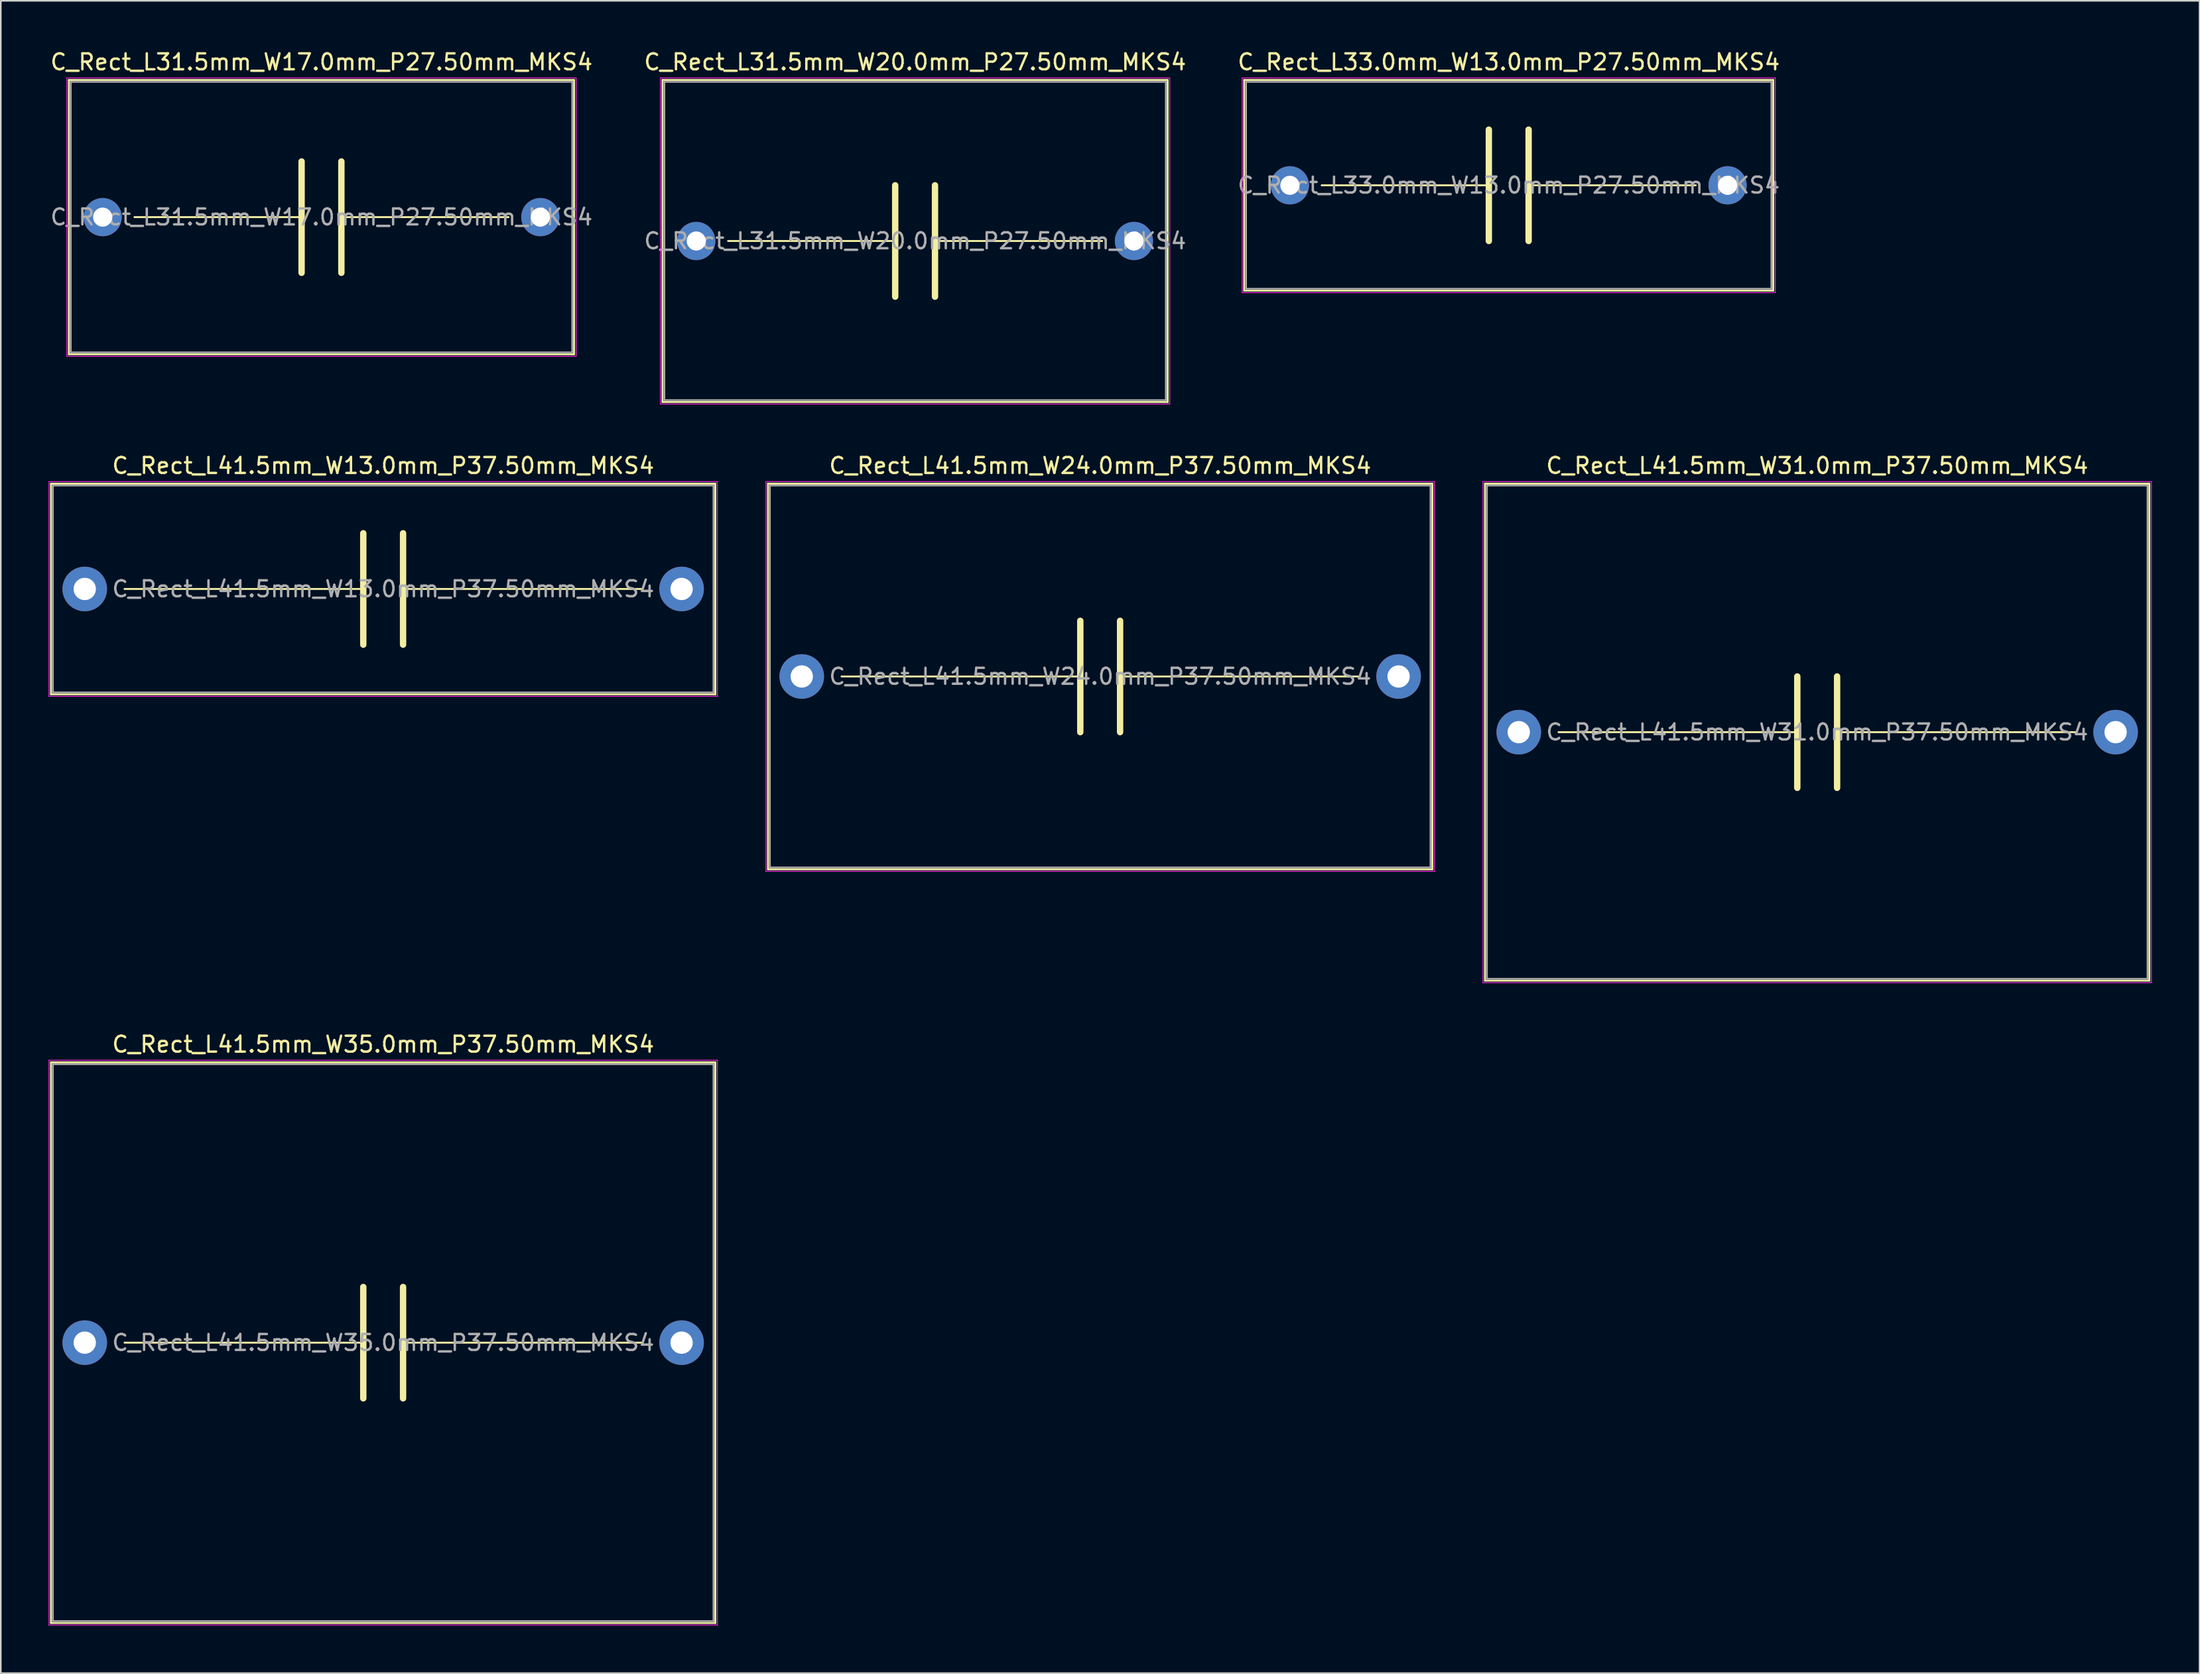
<source format=kicad_pcb>
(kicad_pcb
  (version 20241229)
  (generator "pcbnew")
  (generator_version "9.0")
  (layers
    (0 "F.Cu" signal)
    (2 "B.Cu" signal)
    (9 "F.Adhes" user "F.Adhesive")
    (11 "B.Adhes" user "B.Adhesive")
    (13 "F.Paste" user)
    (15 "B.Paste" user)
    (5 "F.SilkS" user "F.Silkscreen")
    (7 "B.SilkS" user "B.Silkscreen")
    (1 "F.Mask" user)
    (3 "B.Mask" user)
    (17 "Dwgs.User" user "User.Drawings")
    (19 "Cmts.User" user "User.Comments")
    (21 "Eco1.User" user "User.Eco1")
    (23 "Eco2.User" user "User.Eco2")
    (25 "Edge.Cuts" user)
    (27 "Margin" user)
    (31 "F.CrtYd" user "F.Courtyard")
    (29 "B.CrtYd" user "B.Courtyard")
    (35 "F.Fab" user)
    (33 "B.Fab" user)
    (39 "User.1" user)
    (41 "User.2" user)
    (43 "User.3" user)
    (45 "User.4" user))
  (footprint "C_Rect_L33.0mm_W13.0mm_P27.50mm_MKS4"
    (layer "F.Cu")
    (at 77.994 8.598)
    (property "Reference" "C_Rect_L33.0mm_W13.0mm_P27.50mm_MKS4" (at 13.75 -7.75 0) (layer "F.SilkS") (effects (font (size 1 1) (thickness 0.15))))
    (attr through_hole)
    (fp_line (start -2.87 -6.62) (end -2.87 6.62) (stroke (width 0.12) (type solid)) (layer "F.SilkS"))
    (fp_line (start -2.87 -6.62) (end 30.37 -6.62) (stroke (width 0.12) (type solid)) (layer "F.SilkS"))
    (fp_line (start -2.87 6.62) (end 30.37 6.62) (stroke (width 0.12) (type solid)) (layer "F.SilkS"))
    (fp_line (start 2 0) (end 12.5 0) (stroke (width 0.12) (type solid)) (layer "F.SilkS"))
    (fp_line (start 12.5 -3.5) (end 12.5 3.5) (stroke (width 0.4) (type solid)) (layer "F.SilkS"))
    (fp_line (start 15 -3.5) (end 15 3.5) (stroke (width 0.4) (type solid)) (layer "F.SilkS"))
    (fp_line (start 15 0) (end 25.5 0) (stroke (width 0.12) (type solid)) (layer "F.SilkS"))
    (fp_line (start 30.37 -6.62) (end 30.37 6.62) (stroke (width 0.12) (type solid)) (layer "F.SilkS"))
    (fp_line (start -3 -6.75) (end -3 6.75) (stroke (width 0.05) (type solid)) (layer "F.CrtYd"))
    (fp_line (start -3 6.75) (end 30.5 6.75) (stroke (width 0.05) (type solid)) (layer "F.CrtYd"))
    (fp_line (start 30.5 -6.75) (end -3 -6.75) (stroke (width 0.05) (type solid)) (layer "F.CrtYd"))
    (fp_line (start 30.5 6.75) (end 30.5 -6.75) (stroke (width 0.05) (type solid)) (layer "F.CrtYd"))
    (fp_line (start -2.75 -6.5) (end -2.75 6.5) (stroke (width 0.1) (type solid)) (layer "F.Fab"))
    (fp_line (start -2.75 6.5) (end 30.25 6.5) (stroke (width 0.1) (type solid)) (layer "F.Fab"))
    (fp_line (start 30.25 -6.5) (end -2.75 -6.5) (stroke (width 0.1) (type solid)) (layer "F.Fab"))
    (fp_line (start 30.25 6.5) (end 30.25 -6.5) (stroke (width 0.1) (type solid)) (layer "F.Fab"))
    (fp_text user "${REFERENCE}" (at 13.75 0 0) (layer "F.Fab") (effects (font (size 1 1) (thickness 0.15))))
    (pad "1" thru_hole circle (at 0 0) (size 2.4 2.4) (drill 1.2) (layers "*.Cu" "*.Mask"))
    (pad "2" thru_hole circle (at 27.5 0) (size 2.4 2.4) (drill 1.2) (layers "*.Cu" "*.Mask")))
  (footprint "C_Rect_L41.5mm_W31.0mm_P37.50mm_MKS4"
    (layer "F.Cu")
    (at 92.375 42.971)
    (property "Reference" "C_Rect_L41.5mm_W31.0mm_P37.50mm_MKS4" (at 18.75 -16.75 0) (layer "F.SilkS") (effects (font (size 1 1) (thickness 0.15))))
    (attr through_hole)
    (fp_line (start -2.12 -15.62) (end -2.12 15.62) (stroke (width 0.12) (type solid)) (layer "F.SilkS"))
    (fp_line (start -2.12 -15.62) (end 39.62 -15.62) (stroke (width 0.12) (type solid)) (layer "F.SilkS"))
    (fp_line (start -2.12 15.62) (end 39.62 15.62) (stroke (width 0.12) (type solid)) (layer "F.SilkS"))
    (fp_line (start 2.5 0) (end 17.5 0) (stroke (width 0.12) (type solid)) (layer "F.SilkS"))
    (fp_line (start 17.5 -3.5) (end 17.5 3.5) (stroke (width 0.4) (type solid)) (layer "F.SilkS"))
    (fp_line (start 20 -3.5) (end 20 3.5) (stroke (width 0.4) (type solid)) (layer "F.SilkS"))
    (fp_line (start 20 0) (end 35 0) (stroke (width 0.12) (type solid)) (layer "F.SilkS"))
    (fp_line (start 39.62 -15.62) (end 39.62 15.62) (stroke (width 0.12) (type solid)) (layer "F.SilkS"))
    (fp_line (start -2.25 -15.75) (end -2.25 15.75) (stroke (width 0.05) (type solid)) (layer "F.CrtYd"))
    (fp_line (start -2.25 15.75) (end 39.75 15.75) (stroke (width 0.05) (type solid)) (layer "F.CrtYd"))
    (fp_line (start 39.75 -15.75) (end -2.25 -15.75) (stroke (width 0.05) (type solid)) (layer "F.CrtYd"))
    (fp_line (start 39.75 15.75) (end 39.75 -15.75) (stroke (width 0.05) (type solid)) (layer "F.CrtYd"))
    (fp_line (start -2 -15.5) (end -2 15.5) (stroke (width 0.1) (type solid)) (layer "F.Fab"))
    (fp_line (start -2 15.5) (end 39.5 15.5) (stroke (width 0.1) (type solid)) (layer "F.Fab"))
    (fp_line (start 39.5 -15.5) (end -2 -15.5) (stroke (width 0.1) (type solid)) (layer "F.Fab"))
    (fp_line (start 39.5 15.5) (end 39.5 -15.5) (stroke (width 0.1) (type solid)) (layer "F.Fab"))
    (fp_text user "${REFERENCE}" (at 18.75 0 0) (layer "F.Fab") (effects (font (size 1 1) (thickness 0.15))))
    (pad "1" thru_hole circle (at 0 0) (size 2.8 2.8) (drill 1.4) (layers "*.Cu" "*.Mask"))
    (pad "2" thru_hole circle (at 37.5 0) (size 2.8 2.8) (drill 1.4) (layers "*.Cu" "*.Mask")))
  (footprint "C_Rect_L41.5mm_W24.0mm_P37.50mm_MKS4"
    (layer "F.Cu")
    (at 47.325 39.471)
    (property "Reference" "C_Rect_L41.5mm_W24.0mm_P37.50mm_MKS4" (at 18.75 -13.25 0) (layer "F.SilkS") (effects (font (size 1 1) (thickness 0.15))))
    (attr through_hole)
    (fp_line (start -2.12 -12.12) (end -2.12 12.12) (stroke (width 0.12) (type solid)) (layer "F.SilkS"))
    (fp_line (start -2.12 -12.12) (end 39.62 -12.12) (stroke (width 0.12) (type solid)) (layer "F.SilkS"))
    (fp_line (start -2.12 12.12) (end 39.62 12.12) (stroke (width 0.12) (type solid)) (layer "F.SilkS"))
    (fp_line (start 2.5 0) (end 17.5 0) (stroke (width 0.12) (type solid)) (layer "F.SilkS"))
    (fp_line (start 17.5 -3.5) (end 17.5 3.5) (stroke (width 0.4) (type solid)) (layer "F.SilkS"))
    (fp_line (start 20 -3.5) (end 20 3.5) (stroke (width 0.4) (type solid)) (layer "F.SilkS"))
    (fp_line (start 20 0) (end 35 0) (stroke (width 0.12) (type solid)) (layer "F.SilkS"))
    (fp_line (start 39.62 -12.12) (end 39.62 12.12) (stroke (width 0.12) (type solid)) (layer "F.SilkS"))
    (fp_line (start -2.25 -12.25) (end -2.25 12.25) (stroke (width 0.05) (type solid)) (layer "F.CrtYd"))
    (fp_line (start -2.25 12.25) (end 39.75 12.25) (stroke (width 0.05) (type solid)) (layer "F.CrtYd"))
    (fp_line (start 39.75 -12.25) (end -2.25 -12.25) (stroke (width 0.05) (type solid)) (layer "F.CrtYd"))
    (fp_line (start 39.75 12.25) (end 39.75 -12.25) (stroke (width 0.05) (type solid)) (layer "F.CrtYd"))
    (fp_line (start -2 -12) (end -2 12) (stroke (width 0.1) (type solid)) (layer "F.Fab"))
    (fp_line (start -2 12) (end 39.5 12) (stroke (width 0.1) (type solid)) (layer "F.Fab"))
    (fp_line (start 39.5 -12) (end -2 -12) (stroke (width 0.1) (type solid)) (layer "F.Fab"))
    (fp_line (start 39.5 12) (end 39.5 -12) (stroke (width 0.1) (type solid)) (layer "F.Fab"))
    (fp_text user "${REFERENCE}" (at 18.75 0 0) (layer "F.Fab") (effects (font (size 1 1) (thickness 0.15))))
    (pad "1" thru_hole circle (at 0 0) (size 2.8 2.8) (drill 1.4) (layers "*.Cu" "*.Mask"))
    (pad "2" thru_hole circle (at 37.5 0) (size 2.8 2.8) (drill 1.4) (layers "*.Cu" "*.Mask")))
  (footprint "C_Rect_L41.5mm_W13.0mm_P37.50mm_MKS4"
    (layer "F.Cu")
    (at 2.275 33.971)
    (property "Reference" "C_Rect_L41.5mm_W13.0mm_P37.50mm_MKS4" (at 18.75 -7.75 0) (layer "F.SilkS") (effects (font (size 1 1) (thickness 0.15))))
    (attr through_hole)
    (fp_line (start -2.12 -6.62) (end -2.12 6.62) (stroke (width 0.12) (type solid)) (layer "F.SilkS"))
    (fp_line (start -2.12 -6.62) (end 39.62 -6.62) (stroke (width 0.12) (type solid)) (layer "F.SilkS"))
    (fp_line (start -2.12 6.62) (end 39.62 6.62) (stroke (width 0.12) (type solid)) (layer "F.SilkS"))
    (fp_line (start 2.5 0) (end 17.5 0) (stroke (width 0.12) (type solid)) (layer "F.SilkS"))
    (fp_line (start 17.5 -3.5) (end 17.5 3.5) (stroke (width 0.4) (type solid)) (layer "F.SilkS"))
    (fp_line (start 20 -3.5) (end 20 3.5) (stroke (width 0.4) (type solid)) (layer "F.SilkS"))
    (fp_line (start 20 0) (end 35 0) (stroke (width 0.12) (type solid)) (layer "F.SilkS"))
    (fp_line (start 39.62 -6.62) (end 39.62 6.62) (stroke (width 0.12) (type solid)) (layer "F.SilkS"))
    (fp_line (start -2.25 -6.75) (end -2.25 6.75) (stroke (width 0.05) (type solid)) (layer "F.CrtYd"))
    (fp_line (start -2.25 6.75) (end 39.75 6.75) (stroke (width 0.05) (type solid)) (layer "F.CrtYd"))
    (fp_line (start 39.75 -6.75) (end -2.25 -6.75) (stroke (width 0.05) (type solid)) (layer "F.CrtYd"))
    (fp_line (start 39.75 6.75) (end 39.75 -6.75) (stroke (width 0.05) (type solid)) (layer "F.CrtYd"))
    (fp_line (start -2 -6.5) (end -2 6.5) (stroke (width 0.1) (type solid)) (layer "F.Fab"))
    (fp_line (start -2 6.5) (end 39.5 6.5) (stroke (width 0.1) (type solid)) (layer "F.Fab"))
    (fp_line (start 39.5 -6.5) (end -2 -6.5) (stroke (width 0.1) (type solid)) (layer "F.Fab"))
    (fp_line (start 39.5 6.5) (end 39.5 -6.5) (stroke (width 0.1) (type solid)) (layer "F.Fab"))
    (fp_text user "${REFERENCE}" (at 18.75 0 0) (layer "F.Fab") (effects (font (size 1 1) (thickness 0.15))))
    (pad "1" thru_hole circle (at 0 0) (size 2.8 2.8) (drill 1.4) (layers "*.Cu" "*.Mask"))
    (pad "2" thru_hole circle (at 37.5 0) (size 2.8 2.8) (drill 1.4) (layers "*.Cu" "*.Mask")))
  (footprint "C_Rect_L41.5mm_W35.0mm_P37.50mm_MKS4"
    (layer "F.Cu")
    (at 2.275 81.345)
    (property "Reference" "C_Rect_L41.5mm_W35.0mm_P37.50mm_MKS4" (at 18.75 -18.75 0) (layer "F.SilkS") (effects (font (size 1 1) (thickness 0.15))))
    (attr through_hole)
    (fp_line (start -2.12 -17.62) (end -2.12 17.62) (stroke (width 0.12) (type solid)) (layer "F.SilkS"))
    (fp_line (start -2.12 -17.62) (end 39.62 -17.62) (stroke (width 0.12) (type solid)) (layer "F.SilkS"))
    (fp_line (start -2.12 17.62) (end 39.62 17.62) (stroke (width 0.12) (type solid)) (layer "F.SilkS"))
    (fp_line (start 2.5 0) (end 17.5 0) (stroke (width 0.12) (type solid)) (layer "F.SilkS"))
    (fp_line (start 17.5 -3.5) (end 17.5 3.5) (stroke (width 0.4) (type solid)) (layer "F.SilkS"))
    (fp_line (start 20 -3.5) (end 20 3.5) (stroke (width 0.4) (type solid)) (layer "F.SilkS"))
    (fp_line (start 20 0) (end 35 0) (stroke (width 0.12) (type solid)) (layer "F.SilkS"))
    (fp_line (start 39.62 -17.62) (end 39.62 17.62) (stroke (width 0.12) (type solid)) (layer "F.SilkS"))
    (fp_line (start -2.25 -17.75) (end -2.25 17.75) (stroke (width 0.05) (type solid)) (layer "F.CrtYd"))
    (fp_line (start -2.25 17.75) (end 39.75 17.75) (stroke (width 0.05) (type solid)) (layer "F.CrtYd"))
    (fp_line (start 39.75 -17.75) (end -2.25 -17.75) (stroke (width 0.05) (type solid)) (layer "F.CrtYd"))
    (fp_line (start 39.75 17.75) (end 39.75 -17.75) (stroke (width 0.05) (type solid)) (layer "F.CrtYd"))
    (fp_line (start -2 -17.5) (end -2 17.5) (stroke (width 0.1) (type solid)) (layer "F.Fab"))
    (fp_line (start -2 17.5) (end 39.5 17.5) (stroke (width 0.1) (type solid)) (layer "F.Fab"))
    (fp_line (start 39.5 -17.5) (end -2 -17.5) (stroke (width 0.1) (type solid)) (layer "F.Fab"))
    (fp_line (start 39.5 17.5) (end 39.5 -17.5) (stroke (width 0.1) (type solid)) (layer "F.Fab"))
    (fp_text user "${REFERENCE}" (at 18.75 0 0) (layer "F.Fab") (effects (font (size 1 1) (thickness 0.15))))
    (pad "1" thru_hole circle (at 0 0) (size 2.8 2.8) (drill 1.4) (layers "*.Cu" "*.Mask"))
    (pad "2" thru_hole circle (at 37.5 0) (size 2.8 2.8) (drill 1.4) (layers "*.Cu" "*.Mask")))
  (footprint "C_Rect_L31.5mm_W17.0mm_P27.50mm_MKS4"
    (layer "F.Cu")
    (at 3.399 10.598)
    (property "Reference" "C_Rect_L31.5mm_W17.0mm_P27.50mm_MKS4" (at 13.75 -9.75 0) (layer "F.SilkS") (effects (font (size 1 1) (thickness 0.15))))
    (attr through_hole)
    (fp_line (start -2.12 -8.62) (end -2.12 8.62) (stroke (width 0.12) (type solid)) (layer "F.SilkS"))
    (fp_line (start -2.12 -8.62) (end 29.62 -8.62) (stroke (width 0.12) (type solid)) (layer "F.SilkS"))
    (fp_line (start -2.12 8.62) (end 29.62 8.62) (stroke (width 0.12) (type solid)) (layer "F.SilkS"))
    (fp_line (start 2 0) (end 12.5 0) (stroke (width 0.12) (type solid)) (layer "F.SilkS"))
    (fp_line (start 12.5 -3.5) (end 12.5 3.5) (stroke (width 0.4) (type solid)) (layer "F.SilkS"))
    (fp_line (start 15 -3.5) (end 15 3.5) (stroke (width 0.4) (type solid)) (layer "F.SilkS"))
    (fp_line (start 15 0) (end 25.5 0) (stroke (width 0.12) (type solid)) (layer "F.SilkS"))
    (fp_line (start 29.62 -8.62) (end 29.62 8.62) (stroke (width 0.12) (type solid)) (layer "F.SilkS"))
    (fp_line (start -2.25 -8.75) (end -2.25 8.75) (stroke (width 0.05) (type solid)) (layer "F.CrtYd"))
    (fp_line (start -2.25 8.75) (end 29.75 8.75) (stroke (width 0.05) (type solid)) (layer "F.CrtYd"))
    (fp_line (start 29.75 -8.75) (end -2.25 -8.75) (stroke (width 0.05) (type solid)) (layer "F.CrtYd"))
    (fp_line (start 29.75 8.75) (end 29.75 -8.75) (stroke (width 0.05) (type solid)) (layer "F.CrtYd"))
    (fp_line (start -2 -8.5) (end -2 8.5) (stroke (width 0.1) (type solid)) (layer "F.Fab"))
    (fp_line (start -2 8.5) (end 29.5 8.5) (stroke (width 0.1) (type solid)) (layer "F.Fab"))
    (fp_line (start 29.5 -8.5) (end -2 -8.5) (stroke (width 0.1) (type solid)) (layer "F.Fab"))
    (fp_line (start 29.5 8.5) (end 29.5 -8.5) (stroke (width 0.1) (type solid)) (layer "F.Fab"))
    (fp_text user "${REFERENCE}" (at 13.75 0 0) (layer "F.Fab") (effects (font (size 1 1) (thickness 0.15))))
    (pad "1" thru_hole circle (at 0 0) (size 2.4 2.4) (drill 1.2) (layers "*.Cu" "*.Mask"))
    (pad "2" thru_hole circle (at 27.5 0) (size 2.4 2.4) (drill 1.2) (layers "*.Cu" "*.Mask")))
  (footprint "C_Rect_L31.5mm_W20.0mm_P27.50mm_MKS4"
    (layer "F.Cu")
    (at 40.696 12.098)
    (property "Reference" "C_Rect_L31.5mm_W20.0mm_P27.50mm_MKS4" (at 13.75 -11.25 0) (layer "F.SilkS") (effects (font (size 1 1) (thickness 0.15))))
    (attr through_hole)
    (fp_line (start -2.12 -10.12) (end -2.12 10.12) (stroke (width 0.12) (type solid)) (layer "F.SilkS"))
    (fp_line (start -2.12 -10.12) (end 29.62 -10.12) (stroke (width 0.12) (type solid)) (layer "F.SilkS"))
    (fp_line (start -2.12 10.12) (end 29.62 10.12) (stroke (width 0.12) (type solid)) (layer "F.SilkS"))
    (fp_line (start 2 0) (end 12.5 0) (stroke (width 0.12) (type solid)) (layer "F.SilkS"))
    (fp_line (start 12.5 -3.5) (end 12.5 3.5) (stroke (width 0.4) (type solid)) (layer "F.SilkS"))
    (fp_line (start 15 -3.5) (end 15 3.5) (stroke (width 0.4) (type solid)) (layer "F.SilkS"))
    (fp_line (start 15 0) (end 25.5 0) (stroke (width 0.12) (type solid)) (layer "F.SilkS"))
    (fp_line (start 29.62 -10.12) (end 29.62 10.12) (stroke (width 0.12) (type solid)) (layer "F.SilkS"))
    (fp_line (start -2.25 -10.25) (end -2.25 10.25) (stroke (width 0.05) (type solid)) (layer "F.CrtYd"))
    (fp_line (start -2.25 10.25) (end 29.75 10.25) (stroke (width 0.05) (type solid)) (layer "F.CrtYd"))
    (fp_line (start 29.75 -10.25) (end -2.25 -10.25) (stroke (width 0.05) (type solid)) (layer "F.CrtYd"))
    (fp_line (start 29.75 10.25) (end 29.75 -10.25) (stroke (width 0.05) (type solid)) (layer "F.CrtYd"))
    (fp_line (start -2 -10) (end -2 10) (stroke (width 0.1) (type solid)) (layer "F.Fab"))
    (fp_line (start -2 10) (end 29.5 10) (stroke (width 0.1) (type solid)) (layer "F.Fab"))
    (fp_line (start 29.5 -10) (end -2 -10) (stroke (width 0.1) (type solid)) (layer "F.Fab"))
    (fp_line (start 29.5 10) (end 29.5 -10) (stroke (width 0.1) (type solid)) (layer "F.Fab"))
    (fp_text user "${REFERENCE}" (at 13.75 0 0) (layer "F.Fab") (effects (font (size 1 1) (thickness 0.15))))
    (pad "1" thru_hole circle (at 0 0) (size 2.4 2.4) (drill 1.2) (layers "*.Cu" "*.Mask"))
    (pad "2" thru_hole circle (at 27.5 0) (size 2.4 2.4) (drill 1.2) (layers "*.Cu" "*.Mask")))
  (gr_rect
    (start -3 -3)
    (end 135.15 102.12)
    (stroke (width 0.1) (type default))
    (fill no)
    (layer "Edge.Cuts")))
</source>
